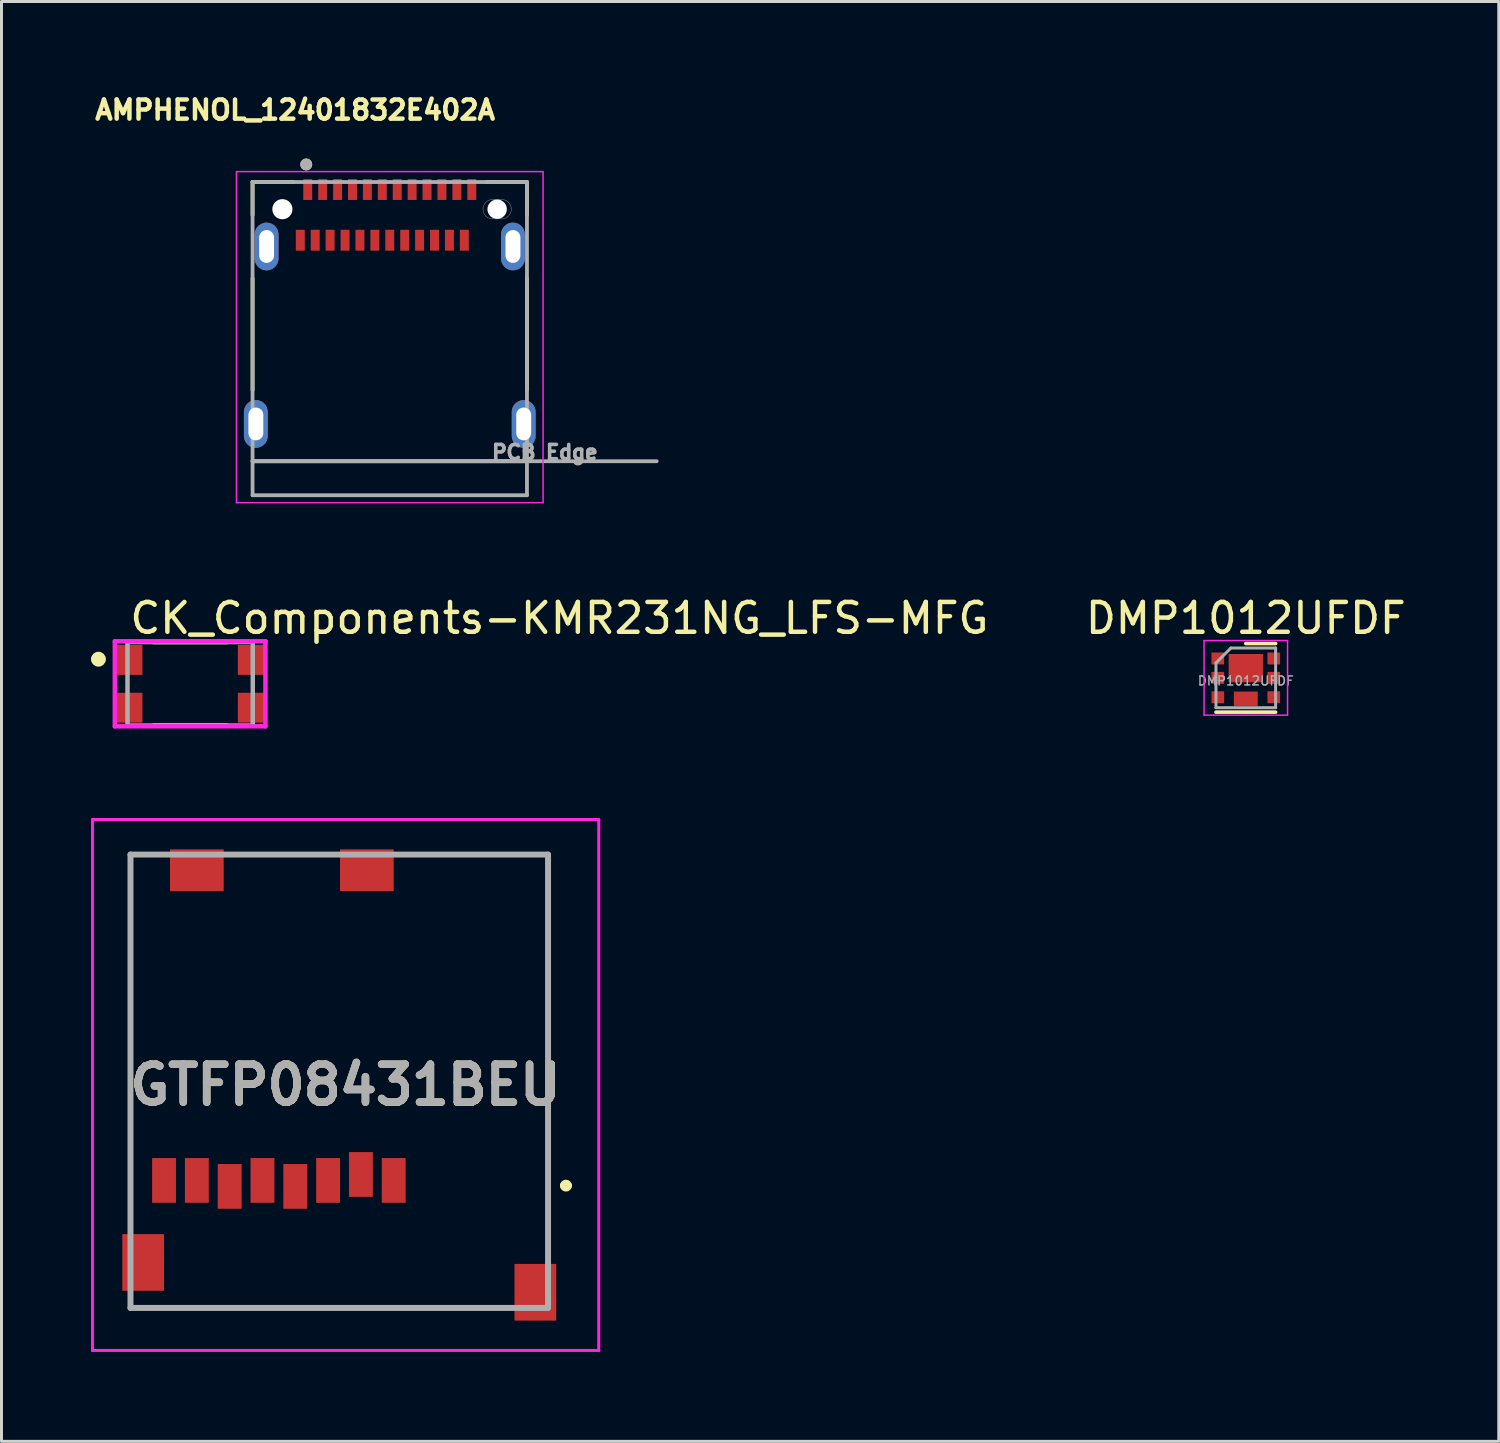
<source format=kicad_pcb>
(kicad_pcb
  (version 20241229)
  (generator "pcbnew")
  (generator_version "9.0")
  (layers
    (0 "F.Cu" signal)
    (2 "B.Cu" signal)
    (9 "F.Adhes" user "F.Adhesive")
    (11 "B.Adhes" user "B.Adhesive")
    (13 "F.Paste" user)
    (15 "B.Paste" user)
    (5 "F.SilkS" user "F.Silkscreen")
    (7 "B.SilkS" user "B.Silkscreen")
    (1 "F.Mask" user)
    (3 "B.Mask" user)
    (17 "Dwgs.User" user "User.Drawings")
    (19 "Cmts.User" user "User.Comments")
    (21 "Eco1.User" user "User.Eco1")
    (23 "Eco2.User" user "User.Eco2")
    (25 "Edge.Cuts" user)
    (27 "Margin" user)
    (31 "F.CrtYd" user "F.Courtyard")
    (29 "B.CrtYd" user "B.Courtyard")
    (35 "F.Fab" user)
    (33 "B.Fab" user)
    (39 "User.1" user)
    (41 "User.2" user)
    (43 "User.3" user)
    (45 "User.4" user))
  (footprint "GTFP08431BEU"
    (layer "F.Cu")
    (at 8.325 33.202)
    (property "Reference" "GTFP08431BEU" (at 0.212 0.125 0) (layer "F.SilkS") (effects (font (size 1.27 1.27) (thickness 0.254))))
    (attr smd)
    (fp_line (start -7 -7.6) (end -7 5) (stroke (width 0.1) (type solid)) (layer "F.SilkS"))
    (fp_line (start 5 7.6) (end -7 7.6) (stroke (width 0.1) (type solid)) (layer "F.SilkS"))
    (fp_line (start 7 -7.6) (end 3 -7.6) (stroke (width 0.1) (type solid)) (layer "F.SilkS"))
    (fp_line (start 7 5) (end 7 -7.6) (stroke (width 0.1) (type solid)) (layer "F.SilkS"))
    (fp_line (start 7.5 3.5) (end 7.5 3.5) (stroke (width 0.2) (type solid)) (layer "F.SilkS"))
    (fp_line (start 7.7 3.5) (end 7.7 3.5) (stroke (width 0.2) (type solid)) (layer "F.SilkS"))
    (fp_arc (start 7.5 3.5) (mid 7.6 3.4) (end 7.7 3.5) (stroke (width 0.2) (type solid)) (layer "F.SilkS"))
    (fp_arc (start 7.7 3.5) (mid 7.6 3.6) (end 7.5 3.5) (stroke (width 0.2) (type solid)) (layer "F.SilkS"))
    (fp_line (start -8.275 -8.775) (end 8.7 -8.775) (stroke (width 0.1) (type solid)) (layer "F.CrtYd"))
    (fp_line (start -8.275 9.025) (end -8.275 -8.775) (stroke (width 0.1) (type solid)) (layer "F.CrtYd"))
    (fp_line (start 8.7 -8.775) (end 8.7 9.025) (stroke (width 0.1) (type solid)) (layer "F.CrtYd"))
    (fp_line (start 8.7 9.025) (end -8.275 9.025) (stroke (width 0.1) (type solid)) (layer "F.CrtYd"))
    (fp_line (start -7 -7.6) (end 7 -7.6) (stroke (width 0.2) (type solid)) (layer "F.Fab"))
    (fp_line (start -7 7.6) (end -7 -7.6) (stroke (width 0.2) (type solid)) (layer "F.Fab"))
    (fp_line (start 7 -7.6) (end 7 7.6) (stroke (width 0.2) (type solid)) (layer "F.Fab"))
    (fp_line (start 7 7.6) (end -7 7.6) (stroke (width 0.2) (type solid)) (layer "F.Fab"))
    (fp_text user "${REFERENCE}" (at 0.212 0.125 0) (layer "F.Fab") (effects (font (size 1.27 1.27) (thickness 0.254))))
    (pad "1" smd rect (at 1.825 3.325) (size 0.8 1.5) (layers "F.Cu" "F.Mask" "F.Paste"))
    (pad "2" smd rect (at 0.725 3.125) (size 0.8 1.5) (layers "F.Cu" "F.Mask" "F.Paste"))
    (pad "3" smd rect (at -0.375 3.325) (size 0.8 1.5) (layers "F.Cu" "F.Mask" "F.Paste"))
    (pad "4" smd rect (at -1.475 3.525) (size 0.8 1.5) (layers "F.Cu" "F.Mask" "F.Paste"))
    (pad "5" smd rect (at -2.575 3.325) (size 0.8 1.5) (layers "F.Cu" "F.Mask" "F.Paste"))
    (pad "6" smd rect (at -3.675 3.525) (size 0.8 1.5) (layers "F.Cu" "F.Mask" "F.Paste"))
    (pad "7" smd rect (at -4.775 3.325) (size 0.8 1.5) (layers "F.Cu" "F.Mask" "F.Paste"))
    (pad "8" smd rect (at -5.875 3.325) (size 0.8 1.5) (layers "F.Cu" "F.Mask" "F.Paste"))
    (pad "9" smd rect (at 6.575 7.075) (size 1.4 1.9) (layers "F.Cu" "F.Mask" "F.Paste"))
    (pad "10" smd rect (at -6.575 6.075) (size 1.4 1.9) (layers "F.Cu" "F.Mask" "F.Paste"))
    (pad "11" smd rect (at 0.925 -7.075 90) (size 1.4 1.8) (layers "F.Cu" "F.Mask" "F.Paste"))
    (pad "12" smd rect (at -4.775 -7.075 90) (size 1.4 1.8) (layers "F.Cu" "F.Mask" "F.Paste")))
  (footprint "AMPHENOL_12401832E402A"
    (layer "F.Cu")
    (at 10.018 3.964)
    (property "Reference" "AMPHENOL_12401832E402A" (at -3.173 -3.326 0) (layer "F.SilkS") (effects (font (size 0.641 0.641) (thickness 0.15))))
    (attr smd)
    (fp_line (start -4.6 -0.91) (end -4.6 0.2) (stroke (width 0.127) (type solid)) (layer "F.SilkS"))
    (fp_line (start -4.6 2.32) (end -4.6 6.07) (stroke (width 0.127) (type solid)) (layer "F.SilkS"))
    (fp_line (start -4.6 8.45) (end 4.6 8.45) (stroke (width 0.127) (type solid)) (layer "F.SilkS"))
    (fp_line (start -3.23 -0.91) (end -4.6 -0.91) (stroke (width 0.127) (type solid)) (layer "F.SilkS"))
    (fp_line (start 4.6 -0.91) (end 3.23 -0.91) (stroke (width 0.127) (type solid)) (layer "F.SilkS"))
    (fp_line (start 4.6 0.2) (end 4.6 -0.91) (stroke (width 0.127) (type solid)) (layer "F.SilkS"))
    (fp_line (start 4.6 6.07) (end 4.6 2.32) (stroke (width 0.127) (type solid)) (layer "F.SilkS"))
    (fp_circle (center -2.8 -1.5) (end -2.7 -1.5) (stroke (width 0.2) (type solid)) (fill no) (layer "F.SilkS"))
    (fp_line (start 3.45 -0.325) (end 3.75 -0.325) (stroke (width 0.01) (type solid)) (layer "Edge.Cuts"))
    (fp_line (start 3.75 0.325) (end 3.45 0.325) (stroke (width 0.01) (type solid)) (layer "Edge.Cuts"))
    (fp_arc (start 3.45 0.325) (mid 3.125 0) (end 3.45 -0.325) (stroke (width 0.01) (type solid)) (layer "Edge.Cuts"))
    (fp_arc (start 3.75 -0.325) (mid 4.075 0) (end 3.75 0.325) (stroke (width 0.01) (type solid)) (layer "Edge.Cuts"))
    (fp_line (start -5.14 -1.26) (end 5.14 -1.26) (stroke (width 0.05) (type solid)) (layer "F.CrtYd"))
    (fp_line (start -5.14 9.84) (end -5.14 -1.26) (stroke (width 0.05) (type solid)) (layer "F.CrtYd"))
    (fp_line (start 5.14 -1.26) (end 5.14 9.84) (stroke (width 0.05) (type solid)) (layer "F.CrtYd"))
    (fp_line (start 5.14 9.84) (end -5.14 9.84) (stroke (width 0.05) (type solid)) (layer "F.CrtYd"))
    (fp_line (start -4.6 -0.91) (end 4.6 -0.91) (stroke (width 0.127) (type solid)) (layer "F.Fab"))
    (fp_line (start -4.6 8.45) (end -4.6 -0.91) (stroke (width 0.127) (type solid)) (layer "F.Fab"))
    (fp_line (start -4.6 8.45) (end 8.95 8.45) (stroke (width 0.127) (type solid)) (layer "F.Fab"))
    (fp_line (start -4.6 9.59) (end -4.6 8.45) (stroke (width 0.127) (type solid)) (layer "F.Fab"))
    (fp_line (start 4.6 -0.91) (end 4.6 9.59) (stroke (width 0.127) (type solid)) (layer "F.Fab"))
    (fp_line (start 4.6 9.59) (end -4.6 9.59) (stroke (width 0.127) (type solid)) (layer "F.Fab"))
    (fp_circle (center -2.8 -1.5) (end -2.7 -1.5) (stroke (width 0.2) (type solid)) (fill no) (layer "F.Fab"))
    (fp_text user "PCB Edge" (at 5.2 8.15 0) (layer "F.Fab") (effects (font (size 0.48 0.48) (thickness 0.12))))
    (pad "" np_thru_hole circle (at -3.6 0) (size 0.675 0.675) (drill 0.675) (layers "*.Cu" "*.Mask"))
    (pad "" np_thru_hole circle (at 3.6 0) (size 0.65 0.65) (drill 0.65) (layers "*.Cu" "*.Mask"))
    (pad "A1" smd rect (at -2.75 -0.66 90) (size 0.7 0.3) (layers "F.Cu" "F.Mask" "F.Paste"))
    (pad "A2" smd rect (at -2.25 -0.66 90) (size 0.7 0.3) (layers "F.Cu" "F.Mask" "F.Paste"))
    (pad "A3" smd rect (at -1.75 -0.66 90) (size 0.7 0.3) (layers "F.Cu" "F.Mask" "F.Paste"))
    (pad "A4" smd rect (at -1.25 -0.66 90) (size 0.7 0.3) (layers "F.Cu" "F.Mask" "F.Paste"))
    (pad "A5" smd rect (at -0.75 -0.66 90) (size 0.7 0.3) (layers "F.Cu" "F.Mask" "F.Paste"))
    (pad "A6" smd rect (at -0.25 -0.66 90) (size 0.7 0.3) (layers "F.Cu" "F.Mask" "F.Paste"))
    (pad "A7" smd rect (at 0.25 -0.66 90) (size 0.7 0.3) (layers "F.Cu" "F.Mask" "F.Paste"))
    (pad "A8" smd rect (at 0.75 -0.66 90) (size 0.7 0.3) (layers "F.Cu" "F.Mask" "F.Paste"))
    (pad "A9" smd rect (at 1.25 -0.66 90) (size 0.7 0.3) (layers "F.Cu" "F.Mask" "F.Paste"))
    (pad "A10" smd rect (at 1.75 -0.66 90) (size 0.7 0.3) (layers "F.Cu" "F.Mask" "F.Paste"))
    (pad "A11" smd rect (at 2.25 -0.66 90) (size 0.7 0.3) (layers "F.Cu" "F.Mask" "F.Paste"))
    (pad "A12" smd rect (at 2.75 -0.66 90) (size 0.7 0.3) (layers "F.Cu" "F.Mask" "F.Paste"))
    (pad "B1" smd rect (at 2.5 1.04 90) (size 0.7 0.3) (layers "F.Cu" "F.Mask" "F.Paste"))
    (pad "B2" smd rect (at 2 1.04 90) (size 0.7 0.3) (layers "F.Cu" "F.Mask" "F.Paste"))
    (pad "B3" smd rect (at 1.5 1.04 90) (size 0.7 0.3) (layers "F.Cu" "F.Mask" "F.Paste"))
    (pad "B4" smd rect (at 1 1.04 90) (size 0.7 0.3) (layers "F.Cu" "F.Mask" "F.Paste"))
    (pad "B5" smd rect (at 0.5 1.04 90) (size 0.7 0.3) (layers "F.Cu" "F.Mask" "F.Paste"))
    (pad "B6" smd rect (at 0 1.04 90) (size 0.7 0.3) (layers "F.Cu" "F.Mask" "F.Paste"))
    (pad "B7" smd rect (at -0.5 1.04 90) (size 0.7 0.3) (layers "F.Cu" "F.Mask" "F.Paste"))
    (pad "B8" smd rect (at -1 1.04 90) (size 0.7 0.3) (layers "F.Cu" "F.Mask" "F.Paste"))
    (pad "B9" smd rect (at -1.5 1.04 90) (size 0.7 0.3) (layers "F.Cu" "F.Mask" "F.Paste"))
    (pad "B10" smd rect (at -2 1.04 90) (size 0.7 0.3) (layers "F.Cu" "F.Mask" "F.Paste"))
    (pad "B11" smd rect (at -2.5 1.04 90) (size 0.7 0.3) (layers "F.Cu" "F.Mask" "F.Paste"))
    (pad "B12" smd rect (at -3 1.04 90) (size 0.7 0.3) (layers "F.Cu" "F.Mask" "F.Paste"))
    (pad "S1" thru_hole oval (at -4.13 1.25) (size 0.8 1.6) (drill oval 0.5 1.1) (layers "*.Cu" "*.Mask"))
    (pad "S2" thru_hole oval (at 4.13 1.25) (size 0.8 1.6) (drill oval 0.5 1.1) (layers "*.Cu" "*.Mask"))
    (pad "S3" thru_hole oval (at 4.49 7.2) (size 0.8 1.6) (drill oval 0.5 1.1) (layers "*.Cu" "*.Mask"))
    (pad "S4" thru_hole oval (at -4.49 7.2) (size 0.8 1.6) (drill oval 0.5 1.1) (layers "*.Cu" "*.Mask")))
  (footprint "CK_Components-KMR231NG_LFS-MFG"
    (layer "F.Cu")
    (at 3.325 19.877)
    (property "Reference" "CK_Components-KMR231NG_LFS-MFG" (at -2.1 -2.2 0) (layer "F.SilkS") (effects (font (size 1 1) (thickness 0.15)) (justify left)))
    (attr through_hole)
    (fp_line (start -1.225 -1.4) (end 1.225 -1.4) (stroke (width 0.15) (type solid)) (layer "F.SilkS"))
    (fp_line (start -1.225 1.4) (end 1.225 1.4) (stroke (width 0.15) (type solid)) (layer "F.SilkS"))
    (fp_circle (center -3.075 -0.825) (end -2.95 -0.825) (stroke (width 0.25) (type solid)) (fill no) (layer "F.SilkS"))
    (fp_line (start -2.525 -1.425) (end -2.525 1.425) (stroke (width 0.15) (type solid)) (layer "F.CrtYd"))
    (fp_line (start -2.525 1.425) (end 2.525 1.425) (stroke (width 0.15) (type solid)) (layer "F.CrtYd"))
    (fp_line (start 2.525 -1.425) (end -2.525 -1.425) (stroke (width 0.15) (type solid)) (layer "F.CrtYd"))
    (fp_line (start 2.525 -1.425) (end 2.525 -1.425) (stroke (width 0.15) (type solid)) (layer "F.CrtYd"))
    (fp_line (start 2.525 1.425) (end 2.525 -1.425) (stroke (width 0.15) (type solid)) (layer "F.CrtYd"))
    (fp_line (start -2.1 -1.4) (end 2.1 -1.4) (stroke (width 0.15) (type solid)) (layer "F.Fab"))
    (fp_line (start -2.1 1.4) (end -2.1 -1.4) (stroke (width 0.15) (type solid)) (layer "F.Fab"))
    (fp_line (start 2.1 -1.4) (end 2.1 1.4) (stroke (width 0.15) (type solid)) (layer "F.Fab"))
    (fp_line (start 2.1 1.4) (end -2.1 1.4) (stroke (width 0.15) (type solid)) (layer "F.Fab"))
    (pad "1" smd rect (at -2.05 -0.8) (size 0.9 1) (layers "F.Cu" "F.Mask" "F.Paste"))
    (pad "2" smd rect (at 2.05 -0.8) (size 0.9 1) (layers "F.Cu" "F.Mask" "F.Paste"))
    (pad "3" smd rect (at -2.05 0.8) (size 0.9 1) (layers "F.Cu" "F.Mask" "F.Paste"))
    (pad "4" smd rect (at 2.05 0.8) (size 0.9 1) (layers "F.Cu" "F.Mask" "F.Paste")))
  (footprint "DMP1012UFDF"
    (layer "F.Cu")
    (at 38.719 19.677)
    (property "Reference" "DMP1012UFDF" (at 0 -2 0) (layer "F.SilkS") (effects (font (size 1 1) (thickness 0.15))))
    (attr smd)
    (fp_line (start 1 -1.15) (end 0 -1.15) (stroke (width 0.12) (type solid)) (layer "F.SilkS"))
    (fp_line (start 1 1.15) (end -1 1.15) (stroke (width 0.12) (type solid)) (layer "F.SilkS"))
    (fp_line (start -1.4 -1.25) (end -1.4 1.25) (stroke (width 0.05) (type solid)) (layer "F.CrtYd"))
    (fp_line (start -1.4 1.25) (end 1.4 1.25) (stroke (width 0.05) (type solid)) (layer "F.CrtYd"))
    (fp_line (start 1.4 -1.25) (end -1.4 -1.25) (stroke (width 0.05) (type solid)) (layer "F.CrtYd"))
    (fp_line (start 1.4 1.25) (end 1.4 -1.25) (stroke (width 0.05) (type solid)) (layer "F.CrtYd"))
    (fp_line (start -1 1) (end -1 -0.5) (stroke (width 0.1) (type solid)) (layer "F.Fab"))
    (fp_line (start -0.5 -1) (end -1 -0.5) (stroke (width 0.1) (type solid)) (layer "F.Fab"))
    (fp_line (start -0.5 -1) (end 1 -1) (stroke (width 0.1) (type solid)) (layer "F.Fab"))
    (fp_line (start 1 -1) (end 1 1) (stroke (width 0.1) (type solid)) (layer "F.Fab"))
    (fp_line (start 1 1) (end -1 1) (stroke (width 0.1) (type solid)) (layer "F.Fab"))
    (fp_text user "${REFERENCE}" (at 0 0.1 0) (layer "F.Fab") (effects (font (size 0.3 0.3) (thickness 0.05))))
    (pad "1" smd rect (at -0.938 -0.65) (size 0.425 0.4) (layers "F.Cu" "F.Mask" "F.Paste"))
    (pad "1" smd rect (at -0.938 0) (size 0.425 0.4) (layers "F.Cu" "F.Mask" "F.Paste"))
    (pad "1" smd rect (at 0 -0.325) (size 1.15 0.95) (layers "F.Cu" "F.Mask" "F.Paste"))
    (pad "1" smd rect (at 0.938 -0.65) (size 0.425 0.4) (layers "F.Cu" "F.Mask" "F.Paste"))
    (pad "1" smd rect (at 0.938 0) (size 0.425 0.4) (layers "F.Cu" "F.Mask" "F.Paste"))
    (pad "2" smd rect (at 0.938 0.65) (size 0.425 0.4) (layers "F.Cu" "F.Mask" "F.Paste"))
    (pad "3" smd rect (at -0.938 0.65) (size 0.425 0.4) (layers "F.Cu" "F.Mask" "F.Paste"))
    (pad "3" smd rect (at 0 0.7) (size 0.8 0.48) (layers "F.Cu" "F.Mask" "F.Paste")))
  (gr_rect
    (start -3 -3)
    (end 47.201 45.277)
    (stroke (width 0.1) (type default))
    (fill no)
    (layer "Edge.Cuts")))
</source>
